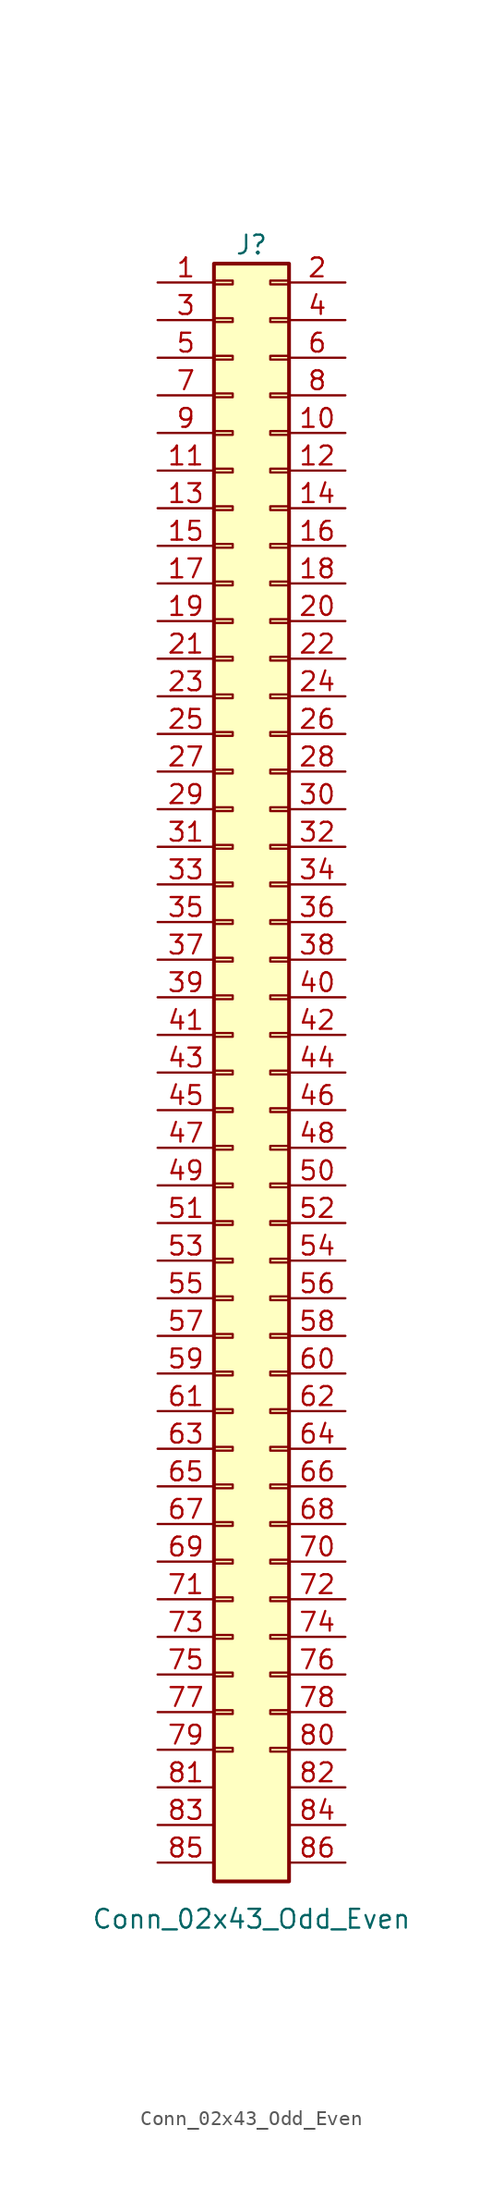
<source format=kicad_sym>
(kicad_symbol_lib
  (version 20211014)
  (generator kicad_symbol_editor)
  (symbol "Conn_02x43_Odd_Even"
    (pin_names
      (offset 1.016) hide)
    (property "Reference" "J"
      (at 1.27 50.8 0)
      (effects (font (size 1.27 1.27))))
    (property "Value" "Conn_02x43_Odd_Even"
      (at 1.27 -62.23 0)
      (effects (font (size 1.27 1.27))))
    (symbol "Conn_02x43_Odd_Even_1_1"
      (rectangle (start -1.27 -50.673) (end 0 -50.927) (stroke (width 0.152) (type default) (color 0 0 0 0)) (fill (type none)))
      (rectangle (start -1.27 -48.133) (end 0 -48.387) (stroke (width 0.152) (type default) (color 0 0 0 0)) (fill (type none)))
      (rectangle (start -1.27 -45.593) (end 0 -45.847) (stroke (width 0.152) (type default) (color 0 0 0 0)) (fill (type none)))
      (rectangle (start -1.27 -43.053) (end 0 -43.307) (stroke (width 0.152) (type default) (color 0 0 0 0)) (fill (type none)))
      (rectangle (start -1.27 -40.513) (end 0 -40.767) (stroke (width 0.152) (type default) (color 0 0 0 0)) (fill (type none)))
      (rectangle (start -1.27 -37.973) (end 0 -38.227) (stroke (width 0.152) (type default) (color 0 0 0 0)) (fill (type none)))
      (rectangle (start -1.27 -35.433) (end 0 -35.687) (stroke (width 0.152) (type default) (color 0 0 0 0)) (fill (type none)))
      (rectangle (start -1.27 -32.893) (end 0 -33.147) (stroke (width 0.152) (type default) (color 0 0 0 0)) (fill (type none)))
      (rectangle (start -1.27 -30.353) (end 0 -30.607) (stroke (width 0.152) (type default) (color 0 0 0 0)) (fill (type none)))
      (rectangle (start -1.27 -27.813) (end 0 -28.067) (stroke (width 0.152) (type default) (color 0 0 0 0)) (fill (type none)))
      (rectangle (start -1.27 -25.273) (end 0 -25.527) (stroke (width 0.152) (type default) (color 0 0 0 0)) (fill (type none)))
      (rectangle (start -1.27 -22.733) (end 0 -22.987) (stroke (width 0.152) (type default) (color 0 0 0 0)) (fill (type none)))
      (rectangle (start -1.27 -20.193) (end 0 -20.447) (stroke (width 0.152) (type default) (color 0 0 0 0)) (fill (type none)))
      (rectangle (start -1.27 -17.653) (end 0 -17.907) (stroke (width 0.152) (type default) (color 0 0 0 0)) (fill (type none)))
      (rectangle (start -1.27 -15.113) (end 0 -15.367) (stroke (width 0.152) (type default) (color 0 0 0 0)) (fill (type none)))
      (rectangle (start -1.27 -12.573) (end 0 -12.827) (stroke (width 0.152) (type default) (color 0 0 0 0)) (fill (type none)))
      (rectangle (start -1.27 -10.033) (end 0 -10.287) (stroke (width 0.152) (type default) (color 0 0 0 0)) (fill (type none)))
      (rectangle (start -1.27 -7.493) (end 0 -7.747) (stroke (width 0.152) (type default) (color 0 0 0 0)) (fill (type none)))
      (rectangle (start -1.27 -4.953) (end 0 -5.207) (stroke (width 0.152) (type default) (color 0 0 0 0)) (fill (type none)))
      (rectangle (start -1.27 -2.413) (end 0 -2.667) (stroke (width 0.152) (type default) (color 0 0 0 0)) (fill (type none)))
      (rectangle (start -1.27 0.127) (end 0 -0.127) (stroke (width 0.152) (type default) (color 0 0 0 0)) (fill (type none)))
      (rectangle (start -1.27 2.667) (end 0 2.413) (stroke (width 0.152) (type default) (color 0 0 0 0)) (fill (type none)))
      (rectangle (start -1.27 5.207) (end 0 4.953) (stroke (width 0.152) (type default) (color 0 0 0 0)) (fill (type none)))
      (rectangle (start -1.27 7.747) (end 0 7.493) (stroke (width 0.152) (type default) (color 0 0 0 0)) (fill (type none)))
      (rectangle (start -1.27 10.287) (end 0 10.033) (stroke (width 0.152) (type default) (color 0 0 0 0)) (fill (type none)))
      (rectangle (start -1.27 12.827) (end 0 12.573) (stroke (width 0.152) (type default) (color 0 0 0 0)) (fill (type none)))
      (rectangle (start -1.27 15.367) (end 0 15.113) (stroke (width 0.152) (type default) (color 0 0 0 0)) (fill (type none)))
      (rectangle (start -1.27 17.907) (end 0 17.653) (stroke (width 0.152) (type default) (color 0 0 0 0)) (fill (type none)))
      (rectangle (start -1.27 20.447) (end 0 20.193) (stroke (width 0.152) (type default) (color 0 0 0 0)) (fill (type none)))
      (rectangle (start -1.27 22.987) (end 0 22.733) (stroke (width 0.152) (type default) (color 0 0 0 0)) (fill (type none)))
      (rectangle (start -1.27 25.527) (end 0 25.273) (stroke (width 0.152) (type default) (color 0 0 0 0)) (fill (type none)))
      (rectangle (start -1.27 28.067) (end 0 27.813) (stroke (width 0.152) (type default) (color 0 0 0 0)) (fill (type none)))
      (rectangle (start -1.27 30.607) (end 0 30.353) (stroke (width 0.152) (type default) (color 0 0 0 0)) (fill (type none)))
      (rectangle (start -1.27 33.147) (end 0 32.893) (stroke (width 0.152) (type default) (color 0 0 0 0)) (fill (type none)))
      (rectangle (start -1.27 35.687) (end 0 35.433) (stroke (width 0.152) (type default) (color 0 0 0 0)) (fill (type none)))
      (rectangle (start -1.27 38.227) (end 0 37.973) (stroke (width 0.152) (type default) (color 0 0 0 0)) (fill (type none)))
      (rectangle (start -1.27 40.767) (end 0 40.513) (stroke (width 0.152) (type default) (color 0 0 0 0)) (fill (type none)))
      (rectangle (start -1.27 43.307) (end 0 43.053) (stroke (width 0.152) (type default) (color 0 0 0 0)) (fill (type none)))
      (rectangle (start -1.27 45.847) (end 0 45.593) (stroke (width 0.152) (type default) (color 0 0 0 0)) (fill (type none)))
      (rectangle (start -1.27 48.387) (end 0 48.133) (stroke (width 0.152) (type default) (color 0 0 0 0)) (fill (type none)))
      (rectangle (start -1.27 49.53) (end 3.81 -59.69) (stroke (width 0.254) (type default) (color 0 0 0 0)) (fill (type background)))
      (rectangle (start 3.81 -50.673) (end 2.54 -50.927) (stroke (width 0.152) (type default) (color 0 0 0 0)) (fill (type none)))
      (rectangle (start 3.81 -48.133) (end 2.54 -48.387) (stroke (width 0.152) (type default) (color 0 0 0 0)) (fill (type none)))
      (rectangle (start 3.81 -45.593) (end 2.54 -45.847) (stroke (width 0.152) (type default) (color 0 0 0 0)) (fill (type none)))
      (rectangle (start 3.81 -43.053) (end 2.54 -43.307) (stroke (width 0.152) (type default) (color 0 0 0 0)) (fill (type none)))
      (rectangle (start 3.81 -40.513) (end 2.54 -40.767) (stroke (width 0.152) (type default) (color 0 0 0 0)) (fill (type none)))
      (rectangle (start 3.81 -37.973) (end 2.54 -38.227) (stroke (width 0.152) (type default) (color 0 0 0 0)) (fill (type none)))
      (rectangle (start 3.81 -35.433) (end 2.54 -35.687) (stroke (width 0.152) (type default) (color 0 0 0 0)) (fill (type none)))
      (rectangle (start 3.81 -32.893) (end 2.54 -33.147) (stroke (width 0.152) (type default) (color 0 0 0 0)) (fill (type none)))
      (rectangle (start 3.81 -30.353) (end 2.54 -30.607) (stroke (width 0.152) (type default) (color 0 0 0 0)) (fill (type none)))
      (rectangle (start 3.81 -27.813) (end 2.54 -28.067) (stroke (width 0.152) (type default) (color 0 0 0 0)) (fill (type none)))
      (rectangle (start 3.81 -25.273) (end 2.54 -25.527) (stroke (width 0.152) (type default) (color 0 0 0 0)) (fill (type none)))
      (rectangle (start 3.81 -22.733) (end 2.54 -22.987) (stroke (width 0.152) (type default) (color 0 0 0 0)) (fill (type none)))
      (rectangle (start 3.81 -20.193) (end 2.54 -20.447) (stroke (width 0.152) (type default) (color 0 0 0 0)) (fill (type none)))
      (rectangle (start 3.81 -17.653) (end 2.54 -17.907) (stroke (width 0.152) (type default) (color 0 0 0 0)) (fill (type none)))
      (rectangle (start 3.81 -15.113) (end 2.54 -15.367) (stroke (width 0.152) (type default) (color 0 0 0 0)) (fill (type none)))
      (rectangle (start 3.81 -12.573) (end 2.54 -12.827) (stroke (width 0.152) (type default) (color 0 0 0 0)) (fill (type none)))
      (rectangle (start 3.81 -10.033) (end 2.54 -10.287) (stroke (width 0.152) (type default) (color 0 0 0 0)) (fill (type none)))
      (rectangle (start 3.81 -7.493) (end 2.54 -7.747) (stroke (width 0.152) (type default) (color 0 0 0 0)) (fill (type none)))
      (rectangle (start 3.81 -4.953) (end 2.54 -5.207) (stroke (width 0.152) (type default) (color 0 0 0 0)) (fill (type none)))
      (rectangle (start 3.81 -2.413) (end 2.54 -2.667) (stroke (width 0.152) (type default) (color 0 0 0 0)) (fill (type none)))
      (rectangle (start 3.81 0.127) (end 2.54 -0.127) (stroke (width 0.152) (type default) (color 0 0 0 0)) (fill (type none)))
      (rectangle (start 3.81 2.667) (end 2.54 2.413) (stroke (width 0.152) (type default) (color 0 0 0 0)) (fill (type none)))
      (rectangle (start 3.81 5.207) (end 2.54 4.953) (stroke (width 0.152) (type default) (color 0 0 0 0)) (fill (type none)))
      (rectangle (start 3.81 7.747) (end 2.54 7.493) (stroke (width 0.152) (type default) (color 0 0 0 0)) (fill (type none)))
      (rectangle (start 3.81 10.287) (end 2.54 10.033) (stroke (width 0.152) (type default) (color 0 0 0 0)) (fill (type none)))
      (rectangle (start 3.81 12.827) (end 2.54 12.573) (stroke (width 0.152) (type default) (color 0 0 0 0)) (fill (type none)))
      (rectangle (start 3.81 15.367) (end 2.54 15.113) (stroke (width 0.152) (type default) (color 0 0 0 0)) (fill (type none)))
      (rectangle (start 3.81 17.907) (end 2.54 17.653) (stroke (width 0.152) (type default) (color 0 0 0 0)) (fill (type none)))
      (rectangle (start 3.81 20.447) (end 2.54 20.193) (stroke (width 0.152) (type default) (color 0 0 0 0)) (fill (type none)))
      (rectangle (start 3.81 22.987) (end 2.54 22.733) (stroke (width 0.152) (type default) (color 0 0 0 0)) (fill (type none)))
      (rectangle (start 3.81 25.527) (end 2.54 25.273) (stroke (width 0.152) (type default) (color 0 0 0 0)) (fill (type none)))
      (rectangle (start 3.81 28.067) (end 2.54 27.813) (stroke (width 0.152) (type default) (color 0 0 0 0)) (fill (type none)))
      (rectangle (start 3.81 30.607) (end 2.54 30.353) (stroke (width 0.152) (type default) (color 0 0 0 0)) (fill (type none)))
      (rectangle (start 3.81 33.147) (end 2.54 32.893) (stroke (width 0.152) (type default) (color 0 0 0 0)) (fill (type none)))
      (rectangle (start 3.81 35.687) (end 2.54 35.433) (stroke (width 0.152) (type default) (color 0 0 0 0)) (fill (type none)))
      (rectangle (start 3.81 38.227) (end 2.54 37.973) (stroke (width 0.152) (type default) (color 0 0 0 0)) (fill (type none)))
      (rectangle (start 3.81 40.767) (end 2.54 40.513) (stroke (width 0.152) (type default) (color 0 0 0 0)) (fill (type none)))
      (rectangle (start 3.81 43.307) (end 2.54 43.053) (stroke (width 0.152) (type default) (color 0 0 0 0)) (fill (type none)))
      (rectangle (start 3.81 45.847) (end 2.54 45.593) (stroke (width 0.152) (type default) (color 0 0 0 0)) (fill (type none)))
      (rectangle (start 3.81 48.387) (end 2.54 48.133) (stroke (width 0.152) (type default) (color 0 0 0 0)) (fill (type none)))
      (pin passive line (at -5.08 48.26 0) (length 3.81) (name "Pin_1" (effects (font (size 1.27 1.27)))) (number "1" (effects (font (size 1.27 1.27)))))
      (pin passive line (at 7.62 38.1 180) (length 3.81) (name "Pin_10" (effects (font (size 1.27 1.27)))) (number "10" (effects (font (size 1.27 1.27)))))
      (pin passive line (at -5.08 35.56 0) (length 3.81) (name "Pin_11" (effects (font (size 1.27 1.27)))) (number "11" (effects (font (size 1.27 1.27)))))
      (pin passive line (at 7.62 35.56 180) (length 3.81) (name "Pin_12" (effects (font (size 1.27 1.27)))) (number "12" (effects (font (size 1.27 1.27)))))
      (pin passive line (at -5.08 33.02 0) (length 3.81) (name "Pin_13" (effects (font (size 1.27 1.27)))) (number "13" (effects (font (size 1.27 1.27)))))
      (pin passive line (at 7.62 33.02 180) (length 3.81) (name "Pin_14" (effects (font (size 1.27 1.27)))) (number "14" (effects (font (size 1.27 1.27)))))
      (pin passive line (at -5.08 30.48 0) (length 3.81) (name "Pin_15" (effects (font (size 1.27 1.27)))) (number "15" (effects (font (size 1.27 1.27)))))
      (pin passive line (at 7.62 30.48 180) (length 3.81) (name "Pin_16" (effects (font (size 1.27 1.27)))) (number "16" (effects (font (size 1.27 1.27)))))
      (pin passive line (at -5.08 27.94 0) (length 3.81) (name "Pin_17" (effects (font (size 1.27 1.27)))) (number "17" (effects (font (size 1.27 1.27)))))
      (pin passive line (at 7.62 27.94 180) (length 3.81) (name "Pin_18" (effects (font (size 1.27 1.27)))) (number "18" (effects (font (size 1.27 1.27)))))
      (pin passive line (at -5.08 25.4 0) (length 3.81) (name "Pin_19" (effects (font (size 1.27 1.27)))) (number "19" (effects (font (size 1.27 1.27)))))
      (pin passive line (at 7.62 48.26 180) (length 3.81) (name "Pin_2" (effects (font (size 1.27 1.27)))) (number "2" (effects (font (size 1.27 1.27)))))
      (pin passive line (at 7.62 25.4 180) (length 3.81) (name "Pin_20" (effects (font (size 1.27 1.27)))) (number "20" (effects (font (size 1.27 1.27)))))
      (pin passive line (at -5.08 22.86 0) (length 3.81) (name "Pin_21" (effects (font (size 1.27 1.27)))) (number "21" (effects (font (size 1.27 1.27)))))
      (pin passive line (at 7.62 22.86 180) (length 3.81) (name "Pin_22" (effects (font (size 1.27 1.27)))) (number "22" (effects (font (size 1.27 1.27)))))
      (pin passive line (at -5.08 20.32 0) (length 3.81) (name "Pin_23" (effects (font (size 1.27 1.27)))) (number "23" (effects (font (size 1.27 1.27)))))
      (pin passive line (at 7.62 20.32 180) (length 3.81) (name "Pin_24" (effects (font (size 1.27 1.27)))) (number "24" (effects (font (size 1.27 1.27)))))
      (pin passive line (at -5.08 17.78 0) (length 3.81) (name "Pin_25" (effects (font (size 1.27 1.27)))) (number "25" (effects (font (size 1.27 1.27)))))
      (pin passive line (at 7.62 17.78 180) (length 3.81) (name "Pin_26" (effects (font (size 1.27 1.27)))) (number "26" (effects (font (size 1.27 1.27)))))
      (pin passive line (at -5.08 15.24 0) (length 3.81) (name "Pin_27" (effects (font (size 1.27 1.27)))) (number "27" (effects (font (size 1.27 1.27)))))
      (pin passive line (at 7.62 15.24 180) (length 3.81) (name "Pin_28" (effects (font (size 1.27 1.27)))) (number "28" (effects (font (size 1.27 1.27)))))
      (pin passive line (at -5.08 12.7 0) (length 3.81) (name "Pin_29" (effects (font (size 1.27 1.27)))) (number "29" (effects (font (size 1.27 1.27)))))
      (pin passive line (at -5.08 45.72 0) (length 3.81) (name "Pin_3" (effects (font (size 1.27 1.27)))) (number "3" (effects (font (size 1.27 1.27)))))
      (pin passive line (at 7.62 12.7 180) (length 3.81) (name "Pin_30" (effects (font (size 1.27 1.27)))) (number "30" (effects (font (size 1.27 1.27)))))
      (pin passive line (at -5.08 10.16 0) (length 3.81) (name "Pin_31" (effects (font (size 1.27 1.27)))) (number "31" (effects (font (size 1.27 1.27)))))
      (pin passive line (at 7.62 10.16 180) (length 3.81) (name "Pin_32" (effects (font (size 1.27 1.27)))) (number "32" (effects (font (size 1.27 1.27)))))
      (pin passive line (at -5.08 7.62 0) (length 3.81) (name "Pin_33" (effects (font (size 1.27 1.27)))) (number "33" (effects (font (size 1.27 1.27)))))
      (pin passive line (at 7.62 7.62 180) (length 3.81) (name "Pin_34" (effects (font (size 1.27 1.27)))) (number "34" (effects (font (size 1.27 1.27)))))
      (pin passive line (at -5.08 5.08 0) (length 3.81) (name "Pin_35" (effects (font (size 1.27 1.27)))) (number "35" (effects (font (size 1.27 1.27)))))
      (pin passive line (at 7.62 5.08 180) (length 3.81) (name "Pin_36" (effects (font (size 1.27 1.27)))) (number "36" (effects (font (size 1.27 1.27)))))
      (pin passive line (at -5.08 2.54 0) (length 3.81) (name "Pin_37" (effects (font (size 1.27 1.27)))) (number "37" (effects (font (size 1.27 1.27)))))
      (pin passive line (at 7.62 2.54 180) (length 3.81) (name "Pin_38" (effects (font (size 1.27 1.27)))) (number "38" (effects (font (size 1.27 1.27)))))
      (pin passive line (at -5.08 0 0) (length 3.81) (name "Pin_39" (effects (font (size 1.27 1.27)))) (number "39" (effects (font (size 1.27 1.27)))))
      (pin passive line (at 7.62 45.72 180) (length 3.81) (name "Pin_4" (effects (font (size 1.27 1.27)))) (number "4" (effects (font (size 1.27 1.27)))))
      (pin passive line (at 7.62 0 180) (length 3.81) (name "Pin_40" (effects (font (size 1.27 1.27)))) (number "40" (effects (font (size 1.27 1.27)))))
      (pin passive line (at -5.08 -2.54 0) (length 3.81) (name "Pin_41" (effects (font (size 1.27 1.27)))) (number "41" (effects (font (size 1.27 1.27)))))
      (pin passive line (at 7.62 -2.54 180) (length 3.81) (name "Pin_42" (effects (font (size 1.27 1.27)))) (number "42" (effects (font (size 1.27 1.27)))))
      (pin passive line (at -5.08 -5.08 0) (length 3.81) (name "Pin_43" (effects (font (size 1.27 1.27)))) (number "43" (effects (font (size 1.27 1.27)))))
      (pin passive line (at 7.62 -5.08 180) (length 3.81) (name "Pin_44" (effects (font (size 1.27 1.27)))) (number "44" (effects (font (size 1.27 1.27)))))
      (pin passive line (at -5.08 -7.62 0) (length 3.81) (name "Pin_45" (effects (font (size 1.27 1.27)))) (number "45" (effects (font (size 1.27 1.27)))))
      (pin passive line (at 7.62 -7.62 180) (length 3.81) (name "Pin_46" (effects (font (size 1.27 1.27)))) (number "46" (effects (font (size 1.27 1.27)))))
      (pin passive line (at -5.08 -10.16 0) (length 3.81) (name "Pin_47" (effects (font (size 1.27 1.27)))) (number "47" (effects (font (size 1.27 1.27)))))
      (pin passive line (at 7.62 -10.16 180) (length 3.81) (name "Pin_48" (effects (font (size 1.27 1.27)))) (number "48" (effects (font (size 1.27 1.27)))))
      (pin passive line (at -5.08 -12.7 0) (length 3.81) (name "Pin_49" (effects (font (size 1.27 1.27)))) (number "49" (effects (font (size 1.27 1.27)))))
      (pin passive line (at -5.08 43.18 0) (length 3.81) (name "Pin_5" (effects (font (size 1.27 1.27)))) (number "5" (effects (font (size 1.27 1.27)))))
      (pin passive line (at 7.62 -12.7 180) (length 3.81) (name "Pin_50" (effects (font (size 1.27 1.27)))) (number "50" (effects (font (size 1.27 1.27)))))
      (pin passive line (at -5.08 -15.24 0) (length 3.81) (name "Pin_51" (effects (font (size 1.27 1.27)))) (number "51" (effects (font (size 1.27 1.27)))))
      (pin passive line (at 7.62 -15.24 180) (length 3.81) (name "Pin_52" (effects (font (size 1.27 1.27)))) (number "52" (effects (font (size 1.27 1.27)))))
      (pin passive line (at -5.08 -17.78 0) (length 3.81) (name "Pin_53" (effects (font (size 1.27 1.27)))) (number "53" (effects (font (size 1.27 1.27)))))
      (pin passive line (at 7.62 -17.78 180) (length 3.81) (name "Pin_54" (effects (font (size 1.27 1.27)))) (number "54" (effects (font (size 1.27 1.27)))))
      (pin passive line (at -5.08 -20.32 0) (length 3.81) (name "Pin_55" (effects (font (size 1.27 1.27)))) (number "55" (effects (font (size 1.27 1.27)))))
      (pin passive line (at 7.62 -20.32 180) (length 3.81) (name "Pin_56" (effects (font (size 1.27 1.27)))) (number "56" (effects (font (size 1.27 1.27)))))
      (pin passive line (at -5.08 -22.86 0) (length 3.81) (name "Pin_57" (effects (font (size 1.27 1.27)))) (number "57" (effects (font (size 1.27 1.27)))))
      (pin passive line (at 7.62 -22.86 180) (length 3.81) (name "Pin_58" (effects (font (size 1.27 1.27)))) (number "58" (effects (font (size 1.27 1.27)))))
      (pin passive line (at -5.08 -25.4 0) (length 3.81) (name "Pin_59" (effects (font (size 1.27 1.27)))) (number "59" (effects (font (size 1.27 1.27)))))
      (pin passive line (at 7.62 43.18 180) (length 3.81) (name "Pin_6" (effects (font (size 1.27 1.27)))) (number "6" (effects (font (size 1.27 1.27)))))
      (pin passive line (at 7.62 -25.4 180) (length 3.81) (name "Pin_60" (effects (font (size 1.27 1.27)))) (number "60" (effects (font (size 1.27 1.27)))))
      (pin passive line (at -5.08 -27.94 0) (length 3.81) (name "Pin_61" (effects (font (size 1.27 1.27)))) (number "61" (effects (font (size 1.27 1.27)))))
      (pin passive line (at 7.62 -27.94 180) (length 3.81) (name "Pin_62" (effects (font (size 1.27 1.27)))) (number "62" (effects (font (size 1.27 1.27)))))
      (pin passive line (at -5.08 -30.48 0) (length 3.81) (name "Pin_63" (effects (font (size 1.27 1.27)))) (number "63" (effects (font (size 1.27 1.27)))))
      (pin passive line (at 7.62 -30.48 180) (length 3.81) (name "Pin_64" (effects (font (size 1.27 1.27)))) (number "64" (effects (font (size 1.27 1.27)))))
      (pin passive line (at -5.08 -33.02 0) (length 3.81) (name "Pin_65" (effects (font (size 1.27 1.27)))) (number "65" (effects (font (size 1.27 1.27)))))
      (pin passive line (at 7.62 -33.02 180) (length 3.81) (name "Pin_66" (effects (font (size 1.27 1.27)))) (number "66" (effects (font (size 1.27 1.27)))))
      (pin passive line (at -5.08 -35.56 0) (length 3.81) (name "Pin_67" (effects (font (size 1.27 1.27)))) (number "67" (effects (font (size 1.27 1.27)))))
      (pin passive line (at 7.62 -35.56 180) (length 3.81) (name "Pin_68" (effects (font (size 1.27 1.27)))) (number "68" (effects (font (size 1.27 1.27)))))
      (pin passive line (at -5.08 -38.1 0) (length 3.81) (name "Pin_69" (effects (font (size 1.27 1.27)))) (number "69" (effects (font (size 1.27 1.27)))))
      (pin passive line (at -5.08 40.64 0) (length 3.81) (name "Pin_7" (effects (font (size 1.27 1.27)))) (number "7" (effects (font (size 1.27 1.27)))))
      (pin passive line (at 7.62 -38.1 180) (length 3.81) (name "Pin_70" (effects (font (size 1.27 1.27)))) (number "70" (effects (font (size 1.27 1.27)))))
      (pin passive line (at -5.08 -40.64 0) (length 3.81) (name "Pin_71" (effects (font (size 1.27 1.27)))) (number "71" (effects (font (size 1.27 1.27)))))
      (pin passive line (at 7.62 -40.64 180) (length 3.81) (name "Pin_72" (effects (font (size 1.27 1.27)))) (number "72" (effects (font (size 1.27 1.27)))))
      (pin passive line (at -5.08 -43.18 0) (length 3.81) (name "Pin_73" (effects (font (size 1.27 1.27)))) (number "73" (effects (font (size 1.27 1.27)))))
      (pin passive line (at 7.62 -43.18 180) (length 3.81) (name "Pin_74" (effects (font (size 1.27 1.27)))) (number "74" (effects (font (size 1.27 1.27)))))
      (pin passive line (at -5.08 -45.72 0) (length 3.81) (name "Pin_75" (effects (font (size 1.27 1.27)))) (number "75" (effects (font (size 1.27 1.27)))))
      (pin passive line (at 7.62 -45.72 180) (length 3.81) (name "Pin_76" (effects (font (size 1.27 1.27)))) (number "76" (effects (font (size 1.27 1.27)))))
      (pin passive line (at -5.08 -48.26 0) (length 3.81) (name "Pin_77" (effects (font (size 1.27 1.27)))) (number "77" (effects (font (size 1.27 1.27)))))
      (pin passive line (at 7.62 -48.26 180) (length 3.81) (name "Pin_78" (effects (font (size 1.27 1.27)))) (number "78" (effects (font (size 1.27 1.27)))))
      (pin passive line (at -5.08 -50.8 0) (length 3.81) (name "Pin_79" (effects (font (size 1.27 1.27)))) (number "79" (effects (font (size 1.27 1.27)))))
      (pin passive line (at 7.62 40.64 180) (length 3.81) (name "Pin_8" (effects (font (size 1.27 1.27)))) (number "8" (effects (font (size 1.27 1.27)))))
      (pin passive line (at 7.62 -50.8 180) (length 3.81) (name "Pin_80" (effects (font (size 1.27 1.27)))) (number "80" (effects (font (size 1.27 1.27)))))
      (pin passive line (at -5.08 -53.34 0) (length 3.81) (name "Pin_81" (effects (font (size 1.27 1.27)))) (number "81" (effects (font (size 1.27 1.27)))))
      (pin passive line (at 7.62 -53.34 180) (length 3.81) (name "Pin_82" (effects (font (size 1.27 1.27)))) (number "82" (effects (font (size 1.27 1.27)))))
      (pin passive line (at -5.08 -55.88 0) (length 3.81) (name "Pin_83" (effects (font (size 1.27 1.27)))) (number "83" (effects (font (size 1.27 1.27)))))
      (pin passive line (at 7.62 -55.88 180) (length 3.81) (name "Pin_84" (effects (font (size 1.27 1.27)))) (number "84" (effects (font (size 1.27 1.27)))))
      (pin passive line (at -5.08 -58.42 0) (length 3.81) (name "Pin_85" (effects (font (size 1.27 1.27)))) (number "85" (effects (font (size 1.27 1.27)))))
      (pin passive line (at 7.62 -58.42 180) (length 3.81) (name "Pin_86" (effects (font (size 1.27 1.27)))) (number "86" (effects (font (size 1.27 1.27)))))
      (pin passive line (at -5.08 38.1 0) (length 3.81) (name "Pin_9" (effects (font (size 1.27 1.27)))) (number "9" (effects (font (size 1.27 1.27))))))))
</source>
